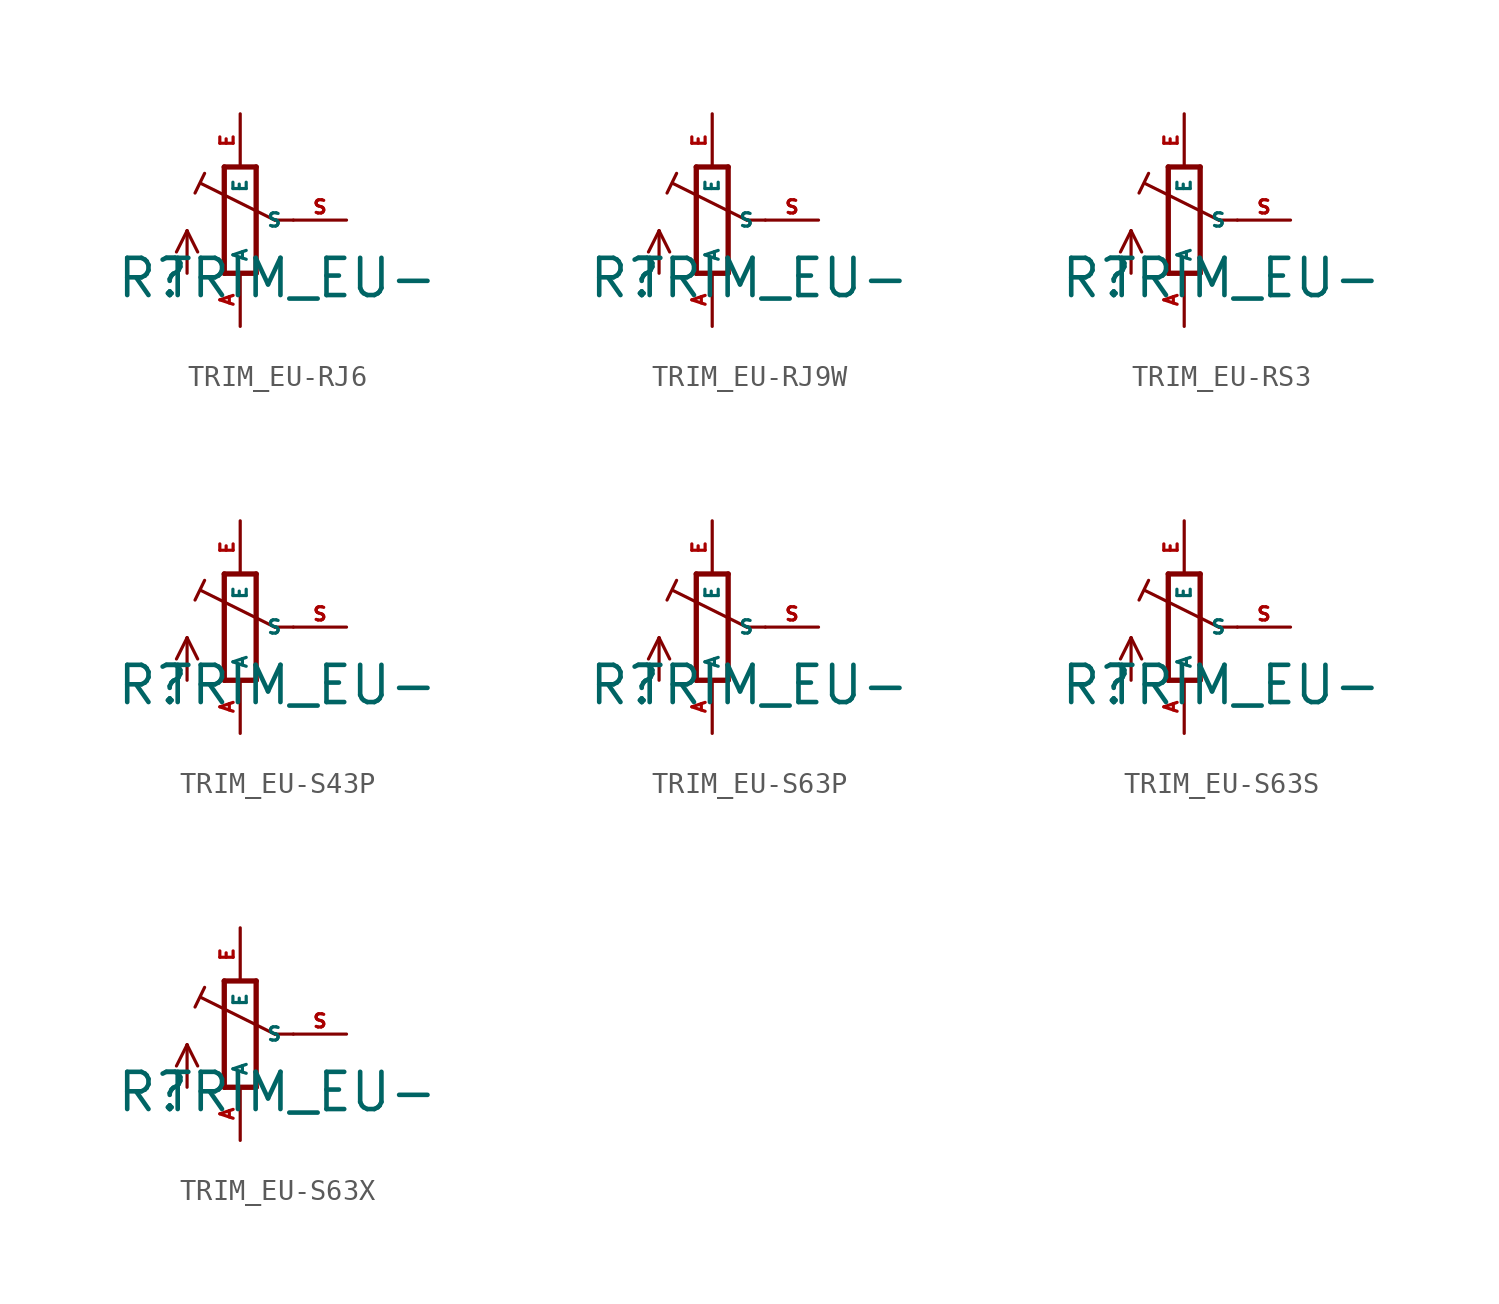
<source format=kicad_sym>
(kicad_symbol_lib
  (version 20220914)
  (generator Eagle2Kicad)
  (symbol "TRIM_EU-RJ6"
    (property "Reference" "R"
      (at -5.969 -3.81 0)
      (effects (font (size 1.778 1.778) (thickness 0.22)) (justify left bottom)))
    (property "Value" "TRIM_EU-"
      (at -3.81 -3.81 0)
      (effects (font (size 1.778 1.778) (thickness 0.22)) (justify left bottom)))
    (polyline
      (pts (xy -0.762 2.54) (xy -0.762 -2.54))
      (stroke (width 0.254) (type default))
      (fill (type none)))
    (polyline
      (pts (xy 0.762 -2.54) (xy 0.762 2.54))
      (stroke (width 0.254) (type default))
      (fill (type none)))
    (polyline
      (pts (xy 2.54 0) (xy 1.651 0))
      (stroke (width 0.152) (type default))
      (fill (type none)))
    (polyline
      (pts (xy 1.651 0) (xy -1.88 1.753))
      (stroke (width 0.152) (type default))
      (fill (type none)))
    (polyline
      (pts (xy 0.762 2.54) (xy -0.762 2.54))
      (stroke (width 0.254) (type default))
      (fill (type none)))
    (polyline
      (pts (xy -0.762 -2.54) (xy 0.762 -2.54))
      (stroke (width 0.254) (type default))
      (fill (type none)))
    (polyline
      (pts (xy -2.54 -2.54) (xy -2.54 -0.508))
      (stroke (width 0.152) (type default))
      (fill (type none)))
    (polyline
      (pts (xy -2.54 -0.508) (xy -3.048 -1.524))
      (stroke (width 0.152) (type default))
      (fill (type none)))
    (polyline
      (pts (xy -2.54 -0.508) (xy -2.032 -1.524))
      (stroke (width 0.152) (type default))
      (fill (type none)))
    (polyline
      (pts (xy -2.16 1.294) (xy -1.702 2.235))
      (stroke (width 0.152) (type default))
      (fill (type none)))
    (pin passive line
      (at 0 -5.08 90)
      (length 2.54)
      (name "A" (effects (font (size 0.635 0.635) (thickness 0.08)) (justify left bottom)))
      (number "A" (effects (font (size 0.635 0.635) (thickness 0.08)) (justify left bottom))))
    (pin passive line
      (at 0 5.08 270)
      (length 2.54)
      (name "E" (effects (font (size 0.635 0.635) (thickness 0.08)) (justify left bottom)))
      (number "E" (effects (font (size 0.635 0.635) (thickness 0.08)) (justify left bottom))))
    (pin passive line
      (at 5.08 0 180)
      (length 2.54)
      (name "S" (effects (font (size 0.635 0.635) (thickness 0.08)) (justify left bottom)))
      (number "S" (effects (font (size 0.635 0.635) (thickness 0.08)) (justify left bottom)))))
  (symbol "TRIM_EU-RJ9W"
    (property "Reference" "R"
      (at -5.969 -3.81 0)
      (effects (font (size 1.778 1.778) (thickness 0.22)) (justify left bottom)))
    (property "Value" "TRIM_EU-"
      (at -3.81 -3.81 0)
      (effects (font (size 1.778 1.778) (thickness 0.22)) (justify left bottom)))
    (polyline
      (pts (xy -0.762 2.54) (xy -0.762 -2.54))
      (stroke (width 0.254) (type default))
      (fill (type none)))
    (polyline
      (pts (xy 0.762 -2.54) (xy 0.762 2.54))
      (stroke (width 0.254) (type default))
      (fill (type none)))
    (polyline
      (pts (xy 2.54 0) (xy 1.651 0))
      (stroke (width 0.152) (type default))
      (fill (type none)))
    (polyline
      (pts (xy 1.651 0) (xy -1.88 1.753))
      (stroke (width 0.152) (type default))
      (fill (type none)))
    (polyline
      (pts (xy 0.762 2.54) (xy -0.762 2.54))
      (stroke (width 0.254) (type default))
      (fill (type none)))
    (polyline
      (pts (xy -0.762 -2.54) (xy 0.762 -2.54))
      (stroke (width 0.254) (type default))
      (fill (type none)))
    (polyline
      (pts (xy -2.54 -2.54) (xy -2.54 -0.508))
      (stroke (width 0.152) (type default))
      (fill (type none)))
    (polyline
      (pts (xy -2.54 -0.508) (xy -3.048 -1.524))
      (stroke (width 0.152) (type default))
      (fill (type none)))
    (polyline
      (pts (xy -2.54 -0.508) (xy -2.032 -1.524))
      (stroke (width 0.152) (type default))
      (fill (type none)))
    (polyline
      (pts (xy -2.16 1.294) (xy -1.702 2.235))
      (stroke (width 0.152) (type default))
      (fill (type none)))
    (pin passive line
      (at 0 -5.08 90)
      (length 2.54)
      (name "A" (effects (font (size 0.635 0.635) (thickness 0.08)) (justify left bottom)))
      (number "A" (effects (font (size 0.635 0.635) (thickness 0.08)) (justify left bottom))))
    (pin passive line
      (at 0 5.08 270)
      (length 2.54)
      (name "E" (effects (font (size 0.635 0.635) (thickness 0.08)) (justify left bottom)))
      (number "E" (effects (font (size 0.635 0.635) (thickness 0.08)) (justify left bottom))))
    (pin passive line
      (at 5.08 0 180)
      (length 2.54)
      (name "S" (effects (font (size 0.635 0.635) (thickness 0.08)) (justify left bottom)))
      (number "S" (effects (font (size 0.635 0.635) (thickness 0.08)) (justify left bottom)))))
  (symbol "TRIM_EU-RS3"
    (property "Reference" "R"
      (at -5.969 -3.81 0)
      (effects (font (size 1.778 1.778) (thickness 0.22)) (justify left bottom)))
    (property "Value" "TRIM_EU-"
      (at -3.81 -3.81 0)
      (effects (font (size 1.778 1.778) (thickness 0.22)) (justify left bottom)))
    (polyline
      (pts (xy -0.762 2.54) (xy -0.762 -2.54))
      (stroke (width 0.254) (type default))
      (fill (type none)))
    (polyline
      (pts (xy 0.762 -2.54) (xy 0.762 2.54))
      (stroke (width 0.254) (type default))
      (fill (type none)))
    (polyline
      (pts (xy 2.54 0) (xy 1.651 0))
      (stroke (width 0.152) (type default))
      (fill (type none)))
    (polyline
      (pts (xy 1.651 0) (xy -1.88 1.753))
      (stroke (width 0.152) (type default))
      (fill (type none)))
    (polyline
      (pts (xy 0.762 2.54) (xy -0.762 2.54))
      (stroke (width 0.254) (type default))
      (fill (type none)))
    (polyline
      (pts (xy -0.762 -2.54) (xy 0.762 -2.54))
      (stroke (width 0.254) (type default))
      (fill (type none)))
    (polyline
      (pts (xy -2.54 -2.54) (xy -2.54 -0.508))
      (stroke (width 0.152) (type default))
      (fill (type none)))
    (polyline
      (pts (xy -2.54 -0.508) (xy -3.048 -1.524))
      (stroke (width 0.152) (type default))
      (fill (type none)))
    (polyline
      (pts (xy -2.54 -0.508) (xy -2.032 -1.524))
      (stroke (width 0.152) (type default))
      (fill (type none)))
    (polyline
      (pts (xy -2.16 1.294) (xy -1.702 2.235))
      (stroke (width 0.152) (type default))
      (fill (type none)))
    (pin passive line
      (at 0 -5.08 90)
      (length 2.54)
      (name "A" (effects (font (size 0.635 0.635) (thickness 0.08)) (justify left bottom)))
      (number "A" (effects (font (size 0.635 0.635) (thickness 0.08)) (justify left bottom))))
    (pin passive line
      (at 0 5.08 270)
      (length 2.54)
      (name "E" (effects (font (size 0.635 0.635) (thickness 0.08)) (justify left bottom)))
      (number "E" (effects (font (size 0.635 0.635) (thickness 0.08)) (justify left bottom))))
    (pin passive line
      (at 5.08 0 180)
      (length 2.54)
      (name "S" (effects (font (size 0.635 0.635) (thickness 0.08)) (justify left bottom)))
      (number "S" (effects (font (size 0.635 0.635) (thickness 0.08)) (justify left bottom)))))
  (symbol "TRIM_EU-S43P"
    (property "Reference" "R"
      (at -5.969 -3.81 0)
      (effects (font (size 1.778 1.778) (thickness 0.22)) (justify left bottom)))
    (property "Value" "TRIM_EU-"
      (at -3.81 -3.81 0)
      (effects (font (size 1.778 1.778) (thickness 0.22)) (justify left bottom)))
    (polyline
      (pts (xy -0.762 2.54) (xy -0.762 -2.54))
      (stroke (width 0.254) (type default))
      (fill (type none)))
    (polyline
      (pts (xy 0.762 -2.54) (xy 0.762 2.54))
      (stroke (width 0.254) (type default))
      (fill (type none)))
    (polyline
      (pts (xy 2.54 0) (xy 1.651 0))
      (stroke (width 0.152) (type default))
      (fill (type none)))
    (polyline
      (pts (xy 1.651 0) (xy -1.88 1.753))
      (stroke (width 0.152) (type default))
      (fill (type none)))
    (polyline
      (pts (xy 0.762 2.54) (xy -0.762 2.54))
      (stroke (width 0.254) (type default))
      (fill (type none)))
    (polyline
      (pts (xy -0.762 -2.54) (xy 0.762 -2.54))
      (stroke (width 0.254) (type default))
      (fill (type none)))
    (polyline
      (pts (xy -2.54 -2.54) (xy -2.54 -0.508))
      (stroke (width 0.152) (type default))
      (fill (type none)))
    (polyline
      (pts (xy -2.54 -0.508) (xy -3.048 -1.524))
      (stroke (width 0.152) (type default))
      (fill (type none)))
    (polyline
      (pts (xy -2.54 -0.508) (xy -2.032 -1.524))
      (stroke (width 0.152) (type default))
      (fill (type none)))
    (polyline
      (pts (xy -2.16 1.294) (xy -1.702 2.235))
      (stroke (width 0.152) (type default))
      (fill (type none)))
    (pin passive line
      (at 0 -5.08 90)
      (length 2.54)
      (name "A" (effects (font (size 0.635 0.635) (thickness 0.08)) (justify left bottom)))
      (number "A" (effects (font (size 0.635 0.635) (thickness 0.08)) (justify left bottom))))
    (pin passive line
      (at 0 5.08 270)
      (length 2.54)
      (name "E" (effects (font (size 0.635 0.635) (thickness 0.08)) (justify left bottom)))
      (number "E" (effects (font (size 0.635 0.635) (thickness 0.08)) (justify left bottom))))
    (pin passive line
      (at 5.08 0 180)
      (length 2.54)
      (name "S" (effects (font (size 0.635 0.635) (thickness 0.08)) (justify left bottom)))
      (number "S" (effects (font (size 0.635 0.635) (thickness 0.08)) (justify left bottom)))))
  (symbol "TRIM_EU-S63P"
    (property "Reference" "R"
      (at -5.969 -3.81 0)
      (effects (font (size 1.778 1.778) (thickness 0.22)) (justify left bottom)))
    (property "Value" "TRIM_EU-"
      (at -3.81 -3.81 0)
      (effects (font (size 1.778 1.778) (thickness 0.22)) (justify left bottom)))
    (polyline
      (pts (xy -0.762 2.54) (xy -0.762 -2.54))
      (stroke (width 0.254) (type default))
      (fill (type none)))
    (polyline
      (pts (xy 0.762 -2.54) (xy 0.762 2.54))
      (stroke (width 0.254) (type default))
      (fill (type none)))
    (polyline
      (pts (xy 2.54 0) (xy 1.651 0))
      (stroke (width 0.152) (type default))
      (fill (type none)))
    (polyline
      (pts (xy 1.651 0) (xy -1.88 1.753))
      (stroke (width 0.152) (type default))
      (fill (type none)))
    (polyline
      (pts (xy 0.762 2.54) (xy -0.762 2.54))
      (stroke (width 0.254) (type default))
      (fill (type none)))
    (polyline
      (pts (xy -0.762 -2.54) (xy 0.762 -2.54))
      (stroke (width 0.254) (type default))
      (fill (type none)))
    (polyline
      (pts (xy -2.54 -2.54) (xy -2.54 -0.508))
      (stroke (width 0.152) (type default))
      (fill (type none)))
    (polyline
      (pts (xy -2.54 -0.508) (xy -3.048 -1.524))
      (stroke (width 0.152) (type default))
      (fill (type none)))
    (polyline
      (pts (xy -2.54 -0.508) (xy -2.032 -1.524))
      (stroke (width 0.152) (type default))
      (fill (type none)))
    (polyline
      (pts (xy -2.16 1.294) (xy -1.702 2.235))
      (stroke (width 0.152) (type default))
      (fill (type none)))
    (pin passive line
      (at 0 -5.08 90)
      (length 2.54)
      (name "A" (effects (font (size 0.635 0.635) (thickness 0.08)) (justify left bottom)))
      (number "A" (effects (font (size 0.635 0.635) (thickness 0.08)) (justify left bottom))))
    (pin passive line
      (at 0 5.08 270)
      (length 2.54)
      (name "E" (effects (font (size 0.635 0.635) (thickness 0.08)) (justify left bottom)))
      (number "E" (effects (font (size 0.635 0.635) (thickness 0.08)) (justify left bottom))))
    (pin passive line
      (at 5.08 0 180)
      (length 2.54)
      (name "S" (effects (font (size 0.635 0.635) (thickness 0.08)) (justify left bottom)))
      (number "S" (effects (font (size 0.635 0.635) (thickness 0.08)) (justify left bottom)))))
  (symbol "TRIM_EU-S63S"
    (property "Reference" "R"
      (at -5.969 -3.81 0)
      (effects (font (size 1.778 1.778) (thickness 0.22)) (justify left bottom)))
    (property "Value" "TRIM_EU-"
      (at -3.81 -3.81 0)
      (effects (font (size 1.778 1.778) (thickness 0.22)) (justify left bottom)))
    (polyline
      (pts (xy -0.762 2.54) (xy -0.762 -2.54))
      (stroke (width 0.254) (type default))
      (fill (type none)))
    (polyline
      (pts (xy 0.762 -2.54) (xy 0.762 2.54))
      (stroke (width 0.254) (type default))
      (fill (type none)))
    (polyline
      (pts (xy 2.54 0) (xy 1.651 0))
      (stroke (width 0.152) (type default))
      (fill (type none)))
    (polyline
      (pts (xy 1.651 0) (xy -1.88 1.753))
      (stroke (width 0.152) (type default))
      (fill (type none)))
    (polyline
      (pts (xy 0.762 2.54) (xy -0.762 2.54))
      (stroke (width 0.254) (type default))
      (fill (type none)))
    (polyline
      (pts (xy -0.762 -2.54) (xy 0.762 -2.54))
      (stroke (width 0.254) (type default))
      (fill (type none)))
    (polyline
      (pts (xy -2.54 -2.54) (xy -2.54 -0.508))
      (stroke (width 0.152) (type default))
      (fill (type none)))
    (polyline
      (pts (xy -2.54 -0.508) (xy -3.048 -1.524))
      (stroke (width 0.152) (type default))
      (fill (type none)))
    (polyline
      (pts (xy -2.54 -0.508) (xy -2.032 -1.524))
      (stroke (width 0.152) (type default))
      (fill (type none)))
    (polyline
      (pts (xy -2.16 1.294) (xy -1.702 2.235))
      (stroke (width 0.152) (type default))
      (fill (type none)))
    (pin passive line
      (at 0 -5.08 90)
      (length 2.54)
      (name "A" (effects (font (size 0.635 0.635) (thickness 0.08)) (justify left bottom)))
      (number "A" (effects (font (size 0.635 0.635) (thickness 0.08)) (justify left bottom))))
    (pin passive line
      (at 0 5.08 270)
      (length 2.54)
      (name "E" (effects (font (size 0.635 0.635) (thickness 0.08)) (justify left bottom)))
      (number "E" (effects (font (size 0.635 0.635) (thickness 0.08)) (justify left bottom))))
    (pin passive line
      (at 5.08 0 180)
      (length 2.54)
      (name "S" (effects (font (size 0.635 0.635) (thickness 0.08)) (justify left bottom)))
      (number "S" (effects (font (size 0.635 0.635) (thickness 0.08)) (justify left bottom)))))
  (symbol "TRIM_EU-S63X"
    (property "Reference" "R"
      (at -5.969 -3.81 0)
      (effects (font (size 1.778 1.778) (thickness 0.22)) (justify left bottom)))
    (property "Value" "TRIM_EU-"
      (at -3.81 -3.81 0)
      (effects (font (size 1.778 1.778) (thickness 0.22)) (justify left bottom)))
    (polyline
      (pts (xy -0.762 2.54) (xy -0.762 -2.54))
      (stroke (width 0.254) (type default))
      (fill (type none)))
    (polyline
      (pts (xy 0.762 -2.54) (xy 0.762 2.54))
      (stroke (width 0.254) (type default))
      (fill (type none)))
    (polyline
      (pts (xy 2.54 0) (xy 1.651 0))
      (stroke (width 0.152) (type default))
      (fill (type none)))
    (polyline
      (pts (xy 1.651 0) (xy -1.88 1.753))
      (stroke (width 0.152) (type default))
      (fill (type none)))
    (polyline
      (pts (xy 0.762 2.54) (xy -0.762 2.54))
      (stroke (width 0.254) (type default))
      (fill (type none)))
    (polyline
      (pts (xy -0.762 -2.54) (xy 0.762 -2.54))
      (stroke (width 0.254) (type default))
      (fill (type none)))
    (polyline
      (pts (xy -2.54 -2.54) (xy -2.54 -0.508))
      (stroke (width 0.152) (type default))
      (fill (type none)))
    (polyline
      (pts (xy -2.54 -0.508) (xy -3.048 -1.524))
      (stroke (width 0.152) (type default))
      (fill (type none)))
    (polyline
      (pts (xy -2.54 -0.508) (xy -2.032 -1.524))
      (stroke (width 0.152) (type default))
      (fill (type none)))
    (polyline
      (pts (xy -2.16 1.294) (xy -1.702 2.235))
      (stroke (width 0.152) (type default))
      (fill (type none)))
    (pin passive line
      (at 0 -5.08 90)
      (length 2.54)
      (name "A" (effects (font (size 0.635 0.635) (thickness 0.08)) (justify left bottom)))
      (number "A" (effects (font (size 0.635 0.635) (thickness 0.08)) (justify left bottom))))
    (pin passive line
      (at 0 5.08 270)
      (length 2.54)
      (name "E" (effects (font (size 0.635 0.635) (thickness 0.08)) (justify left bottom)))
      (number "E" (effects (font (size 0.635 0.635) (thickness 0.08)) (justify left bottom))))
    (pin passive line
      (at 5.08 0 180)
      (length 2.54)
      (name "S" (effects (font (size 0.635 0.635) (thickness 0.08)) (justify left bottom)))
      (number "S" (effects (font (size 0.635 0.635) (thickness 0.08)) (justify left bottom))))))
</source>
